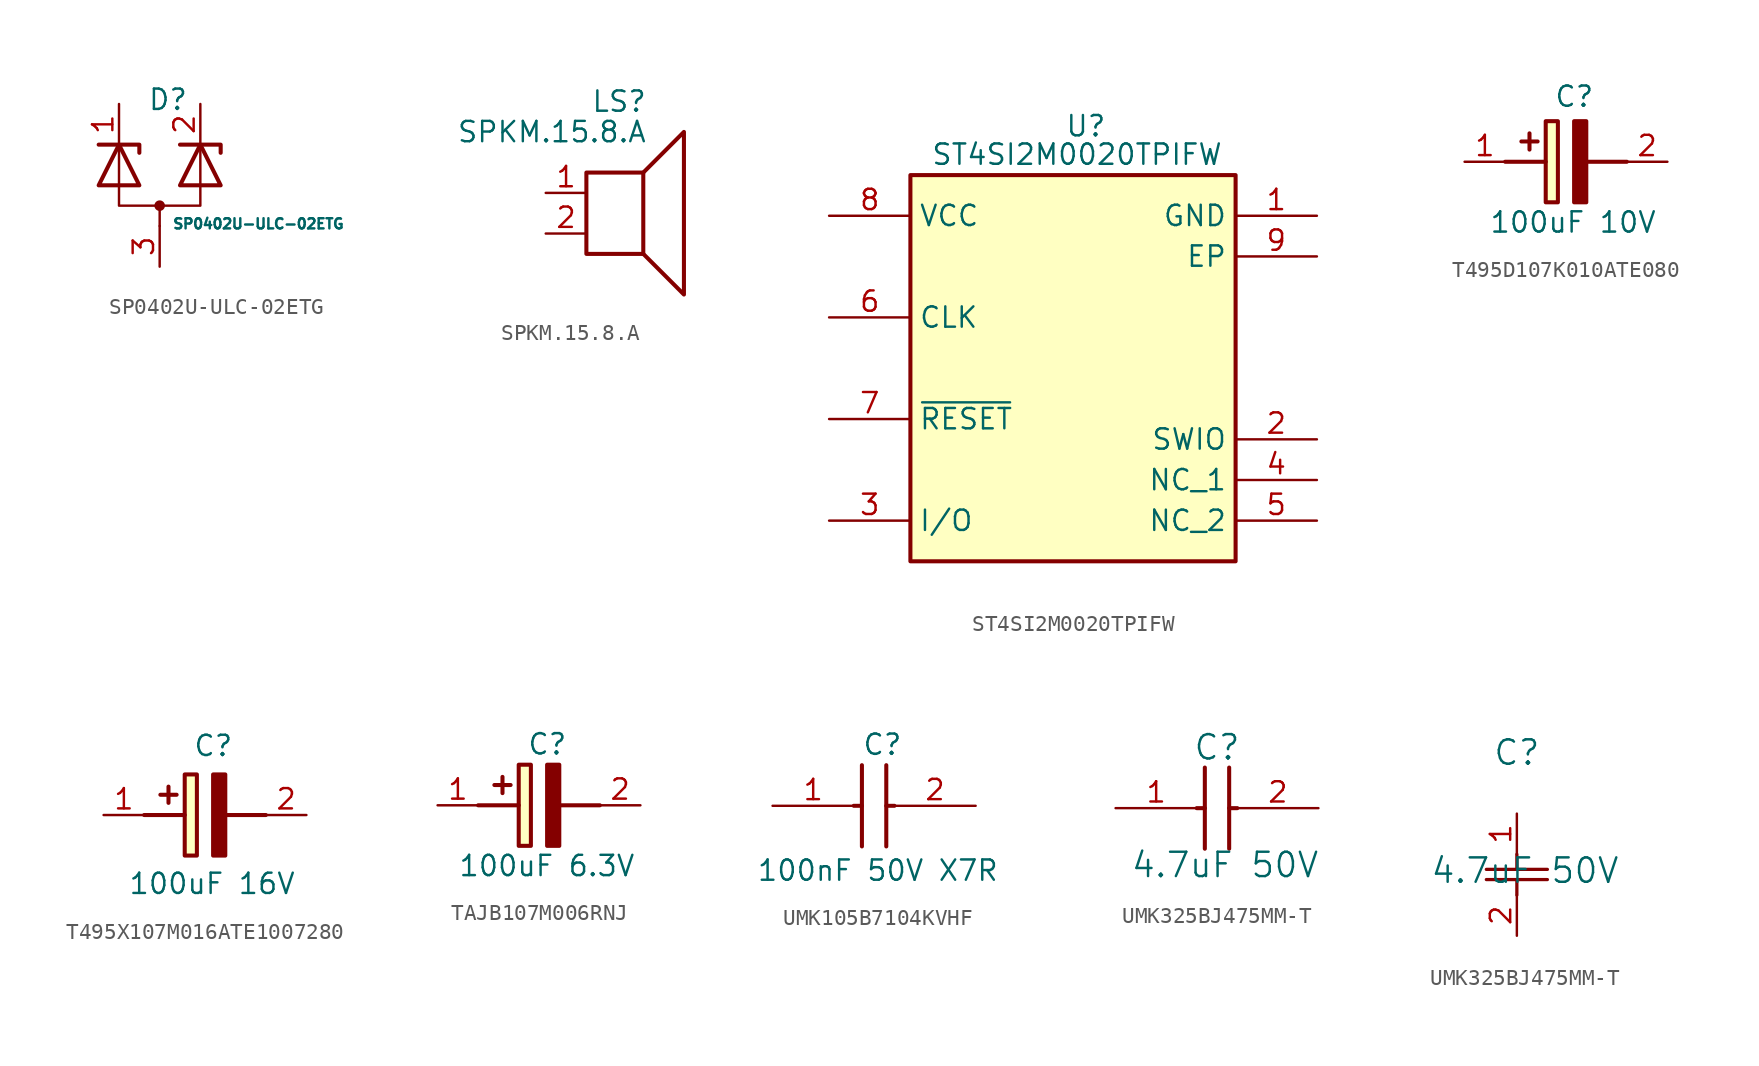
<source format=kicad_sym>
(kicad_symbol_lib
  (version 20241209)
  (generator "kicad_symbol_editor")
  (generator_version "9.0")
  (symbol "SP0402U-ULC-02ETG"
    (pin_names
      (hide yes))
    (property "Reference" "D"
      (at -0.762 6.096 0)
      (effects (font (size 1.27 1.27)) (justify left top)))
    (property "Value" "SP0402U-ULC-02ETG"
      (at 0.762 -2.032 0)
      (effects (font (size 0.635 0.635)) (justify left top)))
    (symbol "SP0402U-ULC-02ETG_0_0"
      (polyline (pts (xy -1.27 2.032) (xy -1.27 2.54) (xy -3.81 2.54)) (stroke (width 0.254) (type default)) (fill (type none)))
      (polyline (pts (xy 1.27 2.54) (xy 3.81 2.54) (xy 3.81 2.032)) (stroke (width 0.254) (type default)) (fill (type none))))
    (symbol "SP0402U-ULC-02ETG_0_1"
      (polyline (pts (xy -3.81 0) (xy -2.54 2.54) (xy -1.27 0) (xy -3.81 0) (xy -3.81 0) (xy -3.81 0)) (stroke (width 0.254) (type default)) (fill (type none)))
      (polyline (pts (xy -2.54 2.54) (xy -2.54 -1.27) (xy 2.54 -1.27) (xy 2.54 2.54)) (stroke (width 0) (type default)) (fill (type none)))
      (polyline (pts (xy 0 -1.27) (xy 0 -2.54)) (stroke (width 0) (type default)) (fill (type none)))
      (circle (center 0 -1.27) (radius 0.254) (stroke (width 0) (type default)) (fill (type outline)))
      (polyline (pts (xy 1.27 0) (xy 2.54 2.54) (xy 3.81 0) (xy 1.27 0) (xy 1.27 0) (xy 1.27 0)) (stroke (width 0.254) (type default)) (fill (type none))))
    (symbol "SP0402U-ULC-02ETG_1_1"
      (pin passive line (at -2.54 5.08 270) (length 2.54) (name "K_1" (effects (font (size 1.27 1.27)))) (number "1" (effects (font (size 1.27 1.27)))))
      (pin passive line (at 0 -5.08 90) (length 2.54) (name "GND" (effects (font (size 1.27 1.27)))) (number "3" (effects (font (size 1.27 1.27)))))
      (pin passive line (at 2.54 5.08 270) (length 2.54) (name "K_2" (effects (font (size 1.27 1.27)))) (number "2" (effects (font (size 1.27 1.27)))))))
  (symbol "SPKM.15.8.A"
    (pin_names
      (offset 0)
      (hide yes))
    (property "Reference" "LS"
      (at 1.27 5.715 0)
      (effects (font (size 1.27 1.27)) (justify right)))
    (property "Value" "SPKM.15.8.A"
      (at 1.27 3.81 0)
      (effects (font (size 1.27 1.27)) (justify right)))
    (symbol "SPKM.15.8.A_0_0"
      (rectangle (start -2.54 1.27) (end 1.016 -3.81) (stroke (width 0.254) (type default)) (fill (type none)))
      (polyline (pts (xy 1.016 1.27) (xy 3.556 3.81) (xy 3.556 -6.35) (xy 1.016 -3.81)) (stroke (width 0.254) (type default)) (fill (type none))))
    (symbol "SPKM.15.8.A_1_1"
      (pin input line (at -5.08 0 0) (length 2.54) (name "1" (effects (font (size 1.27 1.27)))) (number "1" (effects (font (size 1.27 1.27)))))
      (pin input line (at -5.08 -2.54 0) (length 2.54) (name "2" (effects (font (size 1.27 1.27)))) (number "2" (effects (font (size 1.27 1.27)))))))
  (symbol "ST4SI2M0020TPIFW"
    (property "Reference" "U"
      (at 14.732 7.62 0)
      (effects (font (size 1.27 1.27)) (justify left top)))
    (property "Value" "ST4SI2M0020TPIFW"
      (at 6.35 5.842 0)
      (effects (font (size 1.27 1.27)) (justify left top)))
    (symbol "ST4SI2M0020TPIFW_1_1"
      (rectangle (start 5.08 3.81) (end 25.4 -20.32) (stroke (width 0.254) (type default)) (fill (type background)))
      (pin passive line (at 0 1.27 0) (length 5.08) (name "VCC" (effects (font (size 1.27 1.27)))) (number "8" (effects (font (size 1.27 1.27)))))
      (pin passive line (at 0 -5.08 0) (length 5.08) (name "CLK" (effects (font (size 1.27 1.27)))) (number "6" (effects (font (size 1.27 1.27)))))
      (pin passive line (at 0 -11.43 0) (length 5.08) (name "~{RESET}" (effects (font (size 1.27 1.27)))) (number "7" (effects (font (size 1.27 1.27)))))
      (pin passive line (at 0 -17.78 0) (length 5.08) (name "I/O" (effects (font (size 1.27 1.27)))) (number "3" (effects (font (size 1.27 1.27)))))
      (pin passive line (at 30.48 1.27 180) (length 5.08) (name "GND" (effects (font (size 1.27 1.27)))) (number "1" (effects (font (size 1.27 1.27)))))
      (pin passive line (at 30.48 -1.27 180) (length 5.08) (name "EP" (effects (font (size 1.27 1.27)))) (number "9" (effects (font (size 1.27 1.27)))))
      (pin passive line (at 30.48 -12.7 180) (length 5.08) (name "SWIO" (effects (font (size 1.27 1.27)))) (number "2" (effects (font (size 1.27 1.27)))))
      (pin passive line (at 30.48 -15.24 180) (length 5.08) (name "NC_1" (effects (font (size 1.27 1.27)))) (number "4" (effects (font (size 1.27 1.27)))))
      (pin passive line (at 30.48 -17.78 180) (length 5.08) (name "NC_2" (effects (font (size 1.27 1.27)))) (number "5" (effects (font (size 1.27 1.27)))))))
  (symbol "T495D107K010ATE080"
    (pin_names
      (hide yes))
    (property "Reference" "C"
      (at -0.762 4.826 0)
      (effects (font (size 1.27 1.27)) (justify left top)))
    (property "Value" "100uF 10V"
      (at -4.826 -3.048 0)
      (effects (font (size 1.27 1.27)) (justify left top)))
    (symbol "T495D107K010ATE080_1_1"
      (polyline (pts (xy -3.81 0) (xy -1.27 0)) (stroke (width 0.254) (type default)) (fill (type none)))
      (polyline (pts (xy -2.286 1.778) (xy -2.286 0.762)) (stroke (width 0.254) (type default)) (fill (type none)))
      (polyline (pts (xy -1.778 1.27) (xy -2.794 1.27)) (stroke (width 0.254) (type default)) (fill (type none)))
      (rectangle (start -1.27 2.54) (end -0.508 -2.54) (stroke (width 0.254) (type default)) (fill (type background)))
      (polyline (pts (xy 1.27 2.54) (xy 1.27 -2.54) (xy 0.508 -2.54) (xy 0.508 2.54) (xy 1.27 2.54)) (stroke (width 0.254) (type default)) (fill (type outline)))
      (polyline (pts (xy 1.27 0) (xy 3.81 0)) (stroke (width 0.254) (type default)) (fill (type none)))
      (pin passive line (at -6.35 0 0) (length 2.54) (name "+" (effects (font (size 1.27 1.27)))) (number "1" (effects (font (size 1.27 1.27)))))
      (pin passive line (at 6.35 0 180) (length 2.54) (name "-" (effects (font (size 1.27 1.27)))) (number "2" (effects (font (size 1.27 1.27)))))))
  (symbol "T495X107M016ATE1007280"
    (pin_names
      (hide yes))
    (property "Reference" "C"
      (at -0.762 5.08 0)
      (effects (font (size 1.27 1.27)) (justify left top)))
    (property "Value" "100uF 16V"
      (at -4.826 -3.556 0)
      (effects (font (size 1.27 1.27)) (justify left top)))
    (symbol "T495X107M016ATE1007280_1_1"
      (polyline (pts (xy -3.81 0) (xy -1.27 0)) (stroke (width 0.254) (type default)) (fill (type none)))
      (polyline (pts (xy -2.286 1.778) (xy -2.286 0.762)) (stroke (width 0.254) (type default)) (fill (type none)))
      (polyline (pts (xy -1.778 1.27) (xy -2.794 1.27)) (stroke (width 0.254) (type default)) (fill (type none)))
      (rectangle (start -1.27 2.54) (end -0.508 -2.54) (stroke (width 0.254) (type default)) (fill (type background)))
      (polyline (pts (xy 1.27 2.54) (xy 1.27 -2.54) (xy 0.508 -2.54) (xy 0.508 2.54) (xy 1.27 2.54)) (stroke (width 0.254) (type default)) (fill (type outline)))
      (polyline (pts (xy 1.27 0) (xy 3.81 0)) (stroke (width 0.254) (type default)) (fill (type none)))
      (pin passive line (at -6.35 0 0) (length 2.54) (name "+" (effects (font (size 1.27 1.27)))) (number "1" (effects (font (size 1.27 1.27)))))
      (pin passive line (at 6.35 0 180) (length 2.54) (name "-" (effects (font (size 1.27 1.27)))) (number "2" (effects (font (size 1.27 1.27)))))))
  (symbol "TAJB107M006RNJ"
    (pin_names
      (hide yes))
    (property "Reference" "C"
      (at -0.762 4.572 0)
      (effects (font (size 1.27 1.27)) (justify left top)))
    (property "Value" "100uF 6.3V"
      (at -5.08 -3.048 0)
      (effects (font (size 1.27 1.27)) (justify left top)))
    (symbol "TAJB107M006RNJ_1_1"
      (polyline (pts (xy -3.81 0) (xy -1.27 0)) (stroke (width 0.254) (type default)) (fill (type none)))
      (polyline (pts (xy -2.286 1.778) (xy -2.286 0.762)) (stroke (width 0.254) (type default)) (fill (type none)))
      (polyline (pts (xy -1.778 1.27) (xy -2.794 1.27)) (stroke (width 0.254) (type default)) (fill (type none)))
      (rectangle (start -1.27 2.54) (end -0.508 -2.54) (stroke (width 0.254) (type default)) (fill (type background)))
      (polyline (pts (xy 1.27 2.54) (xy 1.27 -2.54) (xy 0.508 -2.54) (xy 0.508 2.54) (xy 1.27 2.54)) (stroke (width 0.254) (type default)) (fill (type outline)))
      (polyline (pts (xy 1.27 0) (xy 3.81 0)) (stroke (width 0.254) (type default)) (fill (type none)))
      (pin passive line (at -6.35 0 0) (length 2.54) (name "+" (effects (font (size 1.27 1.27)))) (number "1" (effects (font (size 1.27 1.27)))))
      (pin passive line (at 6.35 0 180) (length 2.54) (name "-" (effects (font (size 1.27 1.27)))) (number "2" (effects (font (size 1.27 1.27)))))))
  (symbol "UMK105B7104KVHF"
    (pin_names
      (hide yes))
    (property "Reference" "C"
      (at -0.762 4.572 0)
      (effects (font (size 1.27 1.27)) (justify left top)))
    (property "Value" "100nF 50V X7R"
      (at -7.366 -3.302 0)
      (effects (font (size 1.27 1.27)) (justify left top)))
    (symbol "UMK105B7104KVHF_1_1"
      (polyline (pts (xy -1.27 0) (xy -0.762 0)) (stroke (width 0.254) (type default)) (fill (type none)))
      (polyline (pts (xy -0.762 2.54) (xy -0.762 -2.54)) (stroke (width 0.254) (type default)) (fill (type none)))
      (polyline (pts (xy 0.762 2.54) (xy 0.762 -2.54)) (stroke (width 0.254) (type default)) (fill (type none)))
      (polyline (pts (xy 0.762 0) (xy 1.27 0)) (stroke (width 0.254) (type default)) (fill (type none)))
      (pin passive line (at -6.35 0 0) (length 5.08) (name "1" (effects (font (size 1.27 1.27)))) (number "1" (effects (font (size 1.27 1.27)))))
      (pin passive line (at 6.35 0 180) (length 5.08) (name "2" (effects (font (size 1.27 1.27)))) (number "2" (effects (font (size 1.27 1.27)))))))
  (symbol "UMK325BJ475MM-T"
    (pin_names
      (offset 0.254)
      (hide yes))
    (property "Reference" "C"
      (at 0 3.81 0)
      (effects (font (size 1.524 1.524))))
    (property "Value" "4.7uF 50V"
      (at 0.508 -3.556 0)
      (effects (font (size 1.524 1.524))))
    (symbol "UMK325BJ475MM-T_1_1"
      (polyline (pts (xy -1.27 0) (xy -0.762 0)) (stroke (width 0.254) (type default)) (fill (type none)))
      (polyline (pts (xy -0.762 2.54) (xy -0.762 -2.54)) (stroke (width 0.254) (type default)) (fill (type none)))
      (polyline (pts (xy 0.762 2.54) (xy 0.762 -2.54)) (stroke (width 0.254) (type default)) (fill (type none)))
      (polyline (pts (xy 0.762 0) (xy 1.27 0)) (stroke (width 0.254) (type default)) (fill (type none)))
      (pin passive line (at -6.35 0 0) (length 5.08) (name "1" (effects (font (size 1.27 1.27)))) (number "1" (effects (font (size 1.27 1.27)))))
      (pin passive line (at 6.35 0 180) (length 5.08) (name "2" (effects (font (size 1.27 1.27)))) (number "2" (effects (font (size 1.27 1.27))))))
    (symbol "UMK325BJ475MM-T_1_2"
      (polyline (pts (xy -1.905 -3.48) (xy 1.905 -3.48)) (stroke (width 0.203) (type default)) (fill (type none)))
      (polyline (pts (xy -1.905 -4.115) (xy 1.905 -4.115)) (stroke (width 0.203) (type default)) (fill (type none)))
      (polyline (pts (xy 0 -2.54) (xy 0 -3.48)) (stroke (width 0.203) (type default)) (fill (type none)))
      (polyline (pts (xy 0 -4.115) (xy 0 -5.08)) (stroke (width 0.203) (type default)) (fill (type none)))
      (pin unspecified line (at 0 0 270) (length 2.54) (name "" (effects (font (size 1.27 1.27)))) (number "1" (effects (font (size 1.27 1.27)))))
      (pin unspecified line (at 0 -7.62 90) (length 2.54) (name "" (effects (font (size 1.27 1.27)))) (number "2" (effects (font (size 1.27 1.27))))))))
</source>
